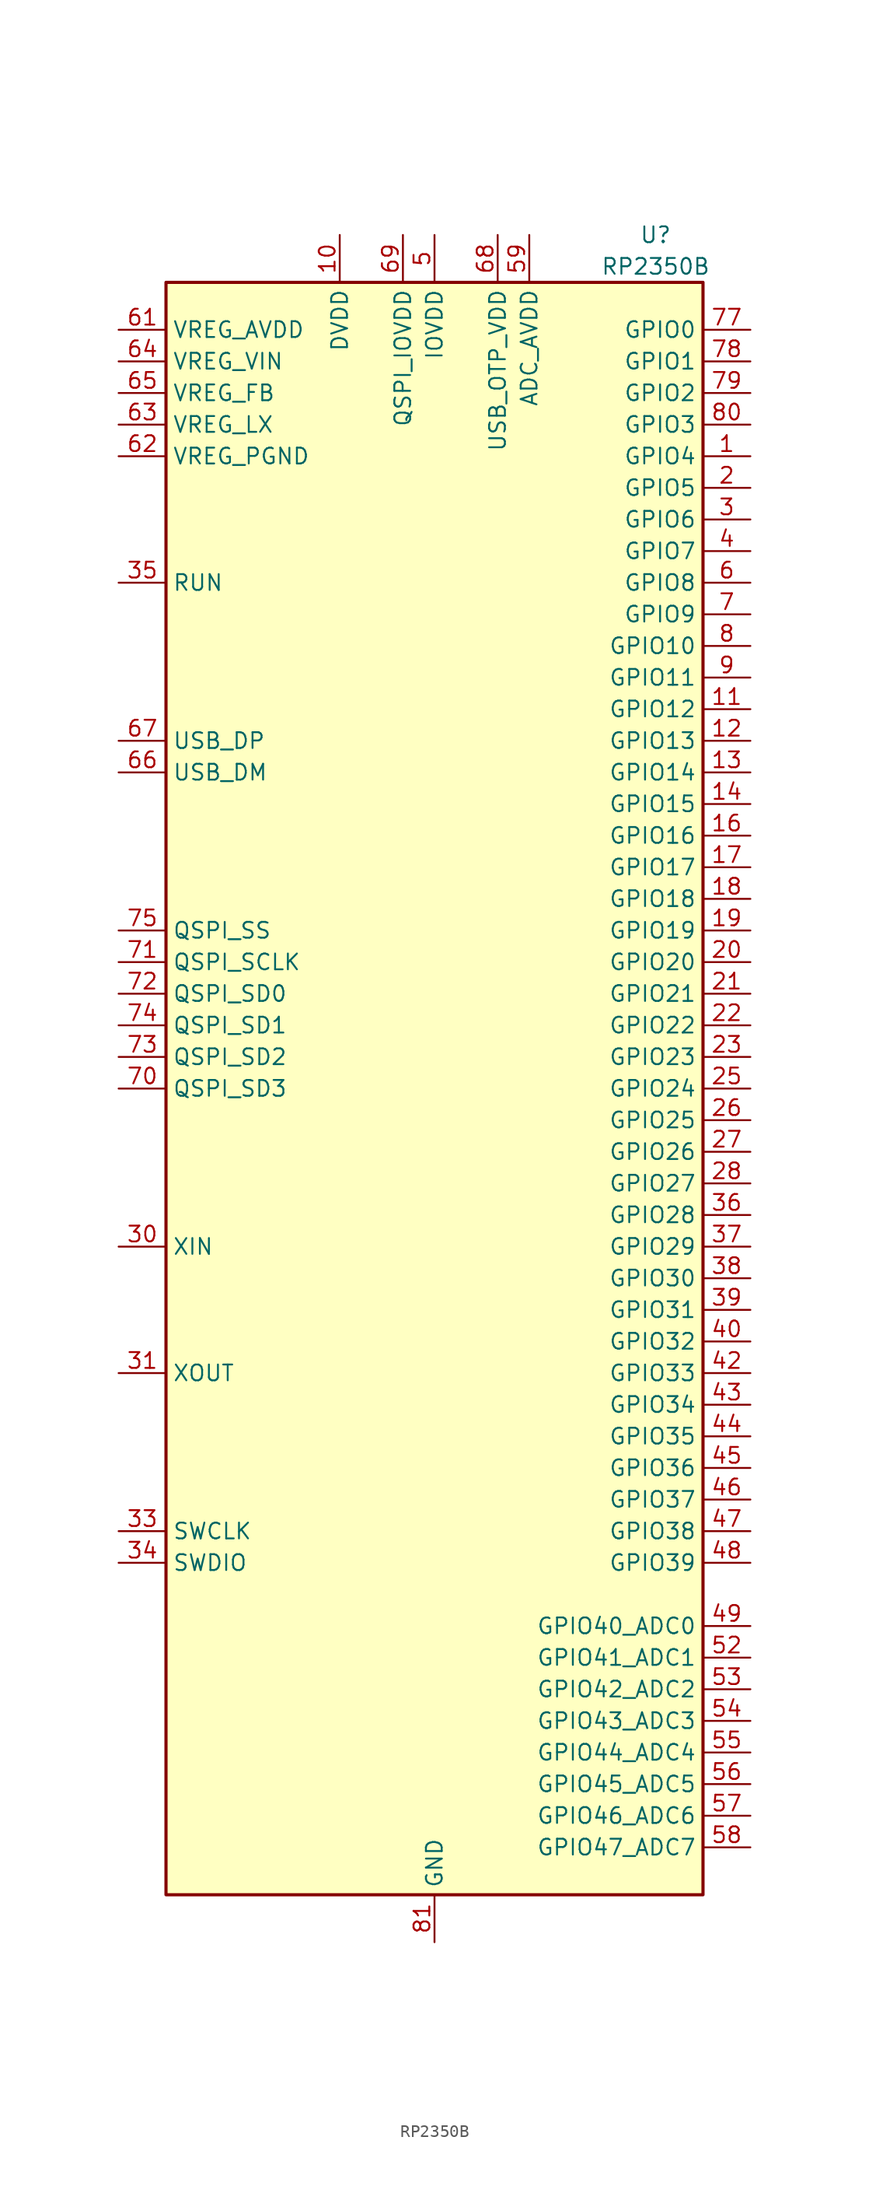
<source format=kicad_sym>
(kicad_symbol_lib
  (version 20241209)
  (generator "kicad_symbol_editor")
  (generator_version "9.0")
  (symbol "RP2350B"
    (property "Reference" "U"
      (at 17.78 68.58 0)
      (effects (font (size 1.27 1.27))))
    (property "Value" "RP2350B"
      (at 17.78 66.04 0)
      (effects (font (size 1.27 1.27))))
    (symbol "RP2350B_0_1"
      (rectangle (start -21.59 64.77) (end 21.59 -64.77) (stroke (width 0.254) (type default)) (fill (type background))))
    (symbol "RP2350B_1_0"
      (pin power_in line (at -25.4 60.96 0) (length 3.81) (name "VREG_AVDD" (effects (font (size 1.27 1.27)))) (number "61" (effects (font (size 1.27 1.27)))))
      (pin power_in line (at -25.4 50.8 0) (length 3.81) (name "VREG_PGND" (effects (font (size 1.27 1.27)))) (number "62" (effects (font (size 1.27 1.27)))))
      (pin power_in line (at -7.62 68.58 270) (length 3.81) (name "DVDD" (effects (font (size 1.27 1.27)))) (number "10" (effects (font (size 1.27 1.27)))))
      (pin passive line (at -7.62 68.58 270) (length 3.81) (hide yes) (name "DVDD" (effects (font (size 1.27 1.27)))) (number "51" (effects (font (size 1.27 1.27)))))
      (pin power_in line (at -2.54 68.58 270) (length 3.81) (name "QSPI_IOVDD" (effects (font (size 1.27 1.27)))) (number "69" (effects (font (size 1.27 1.27)))))
      (pin passive line (at 0 68.58 270) (length 3.81) (hide yes) (name "IOVDD" (effects (font (size 1.27 1.27)))) (number "50" (effects (font (size 1.27 1.27)))))
      (pin passive line (at 0 68.58 270) (length 3.81) (hide yes) (name "IOVDD" (effects (font (size 1.27 1.27)))) (number "60" (effects (font (size 1.27 1.27)))))
      (pin passive line (at 0 68.58 270) (length 3.81) (hide yes) (name "IOVDD" (effects (font (size 1.27 1.27)))) (number "76" (effects (font (size 1.27 1.27)))))
      (pin power_in line (at 5.08 68.58 270) (length 3.81) (name "USB_OTP_VDD" (effects (font (size 1.27 1.27)))) (number "68" (effects (font (size 1.27 1.27)))))
      (pin bidirectional line (at 25.4 -15.24 180) (length 3.81) (name "GPIO30" (effects (font (size 1.27 1.27)))) (number "38" (effects (font (size 1.27 1.27)))))
      (pin bidirectional line (at 25.4 -17.78 180) (length 3.81) (name "GPIO31" (effects (font (size 1.27 1.27)))) (number "39" (effects (font (size 1.27 1.27)))))
      (pin bidirectional line (at 25.4 -20.32 180) (length 3.81) (name "GPIO32" (effects (font (size 1.27 1.27)))) (number "40" (effects (font (size 1.27 1.27)))))
      (pin bidirectional line (at 25.4 -22.86 180) (length 3.81) (name "GPIO33" (effects (font (size 1.27 1.27)))) (number "42" (effects (font (size 1.27 1.27)))))
      (pin bidirectional line (at 25.4 -25.4 180) (length 3.81) (name "GPIO34" (effects (font (size 1.27 1.27)))) (number "43" (effects (font (size 1.27 1.27)))))
      (pin bidirectional line (at 25.4 -27.94 180) (length 3.81) (name "GPIO35" (effects (font (size 1.27 1.27)))) (number "44" (effects (font (size 1.27 1.27)))))
      (pin bidirectional line (at 25.4 -30.48 180) (length 3.81) (name "GPIO36" (effects (font (size 1.27 1.27)))) (number "45" (effects (font (size 1.27 1.27)))))
      (pin bidirectional line (at 25.4 -33.02 180) (length 3.81) (name "GPIO37" (effects (font (size 1.27 1.27)))) (number "46" (effects (font (size 1.27 1.27)))))
      (pin bidirectional line (at 25.4 -35.56 180) (length 3.81) (name "GPIO38" (effects (font (size 1.27 1.27)))) (number "47" (effects (font (size 1.27 1.27)))))
      (pin bidirectional line (at 25.4 -38.1 180) (length 3.81) (name "GPIO39" (effects (font (size 1.27 1.27)))) (number "48" (effects (font (size 1.27 1.27)))))
      (pin bidirectional line (at 25.4 -43.18 180) (length 3.81) (name "GPIO40_ADC0" (effects (font (size 1.27 1.27)))) (number "49" (effects (font (size 1.27 1.27)))))
      (pin bidirectional line (at 25.4 -45.72 180) (length 3.81) (name "GPIO41_ADC1" (effects (font (size 1.27 1.27)))) (number "52" (effects (font (size 1.27 1.27)))))
      (pin bidirectional line (at 25.4 -48.26 180) (length 3.81) (name "GPIO42_ADC2" (effects (font (size 1.27 1.27)))) (number "53" (effects (font (size 1.27 1.27)))))
      (pin bidirectional line (at 25.4 -50.8 180) (length 3.81) (name "GPIO43_ADC3" (effects (font (size 1.27 1.27)))) (number "54" (effects (font (size 1.27 1.27)))))
      (pin bidirectional line (at 25.4 -53.34 180) (length 3.81) (name "GPIO44_ADC4" (effects (font (size 1.27 1.27)))) (number "55" (effects (font (size 1.27 1.27)))))
      (pin bidirectional line (at 25.4 -55.88 180) (length 3.81) (name "GPIO45_ADC5" (effects (font (size 1.27 1.27)))) (number "56" (effects (font (size 1.27 1.27)))))
      (pin bidirectional line (at 25.4 -58.42 180) (length 3.81) (name "GPIO46_ADC6" (effects (font (size 1.27 1.27)))) (number "57" (effects (font (size 1.27 1.27)))))
      (pin bidirectional line (at 25.4 -60.96 180) (length 3.81) (name "GPIO47_ADC7" (effects (font (size 1.27 1.27)))) (number "58" (effects (font (size 1.27 1.27))))))
    (symbol "RP2350B_1_1"
      (pin power_in line (at -25.4 58.42 0) (length 3.81) (name "VREG_VIN" (effects (font (size 1.27 1.27)))) (number "64" (effects (font (size 1.27 1.27)))))
      (pin passive line (at -25.4 55.88 0) (length 3.81) (name "VREG_FB" (effects (font (size 1.27 1.27)))) (number "65" (effects (font (size 1.27 1.27)))))
      (pin power_out line (at -25.4 53.34 0) (length 3.81) (name "VREG_LX" (effects (font (size 1.27 1.27)))) (number "63" (effects (font (size 1.27 1.27)))))
      (pin input line (at -25.4 40.64 0) (length 3.81) (name "RUN" (effects (font (size 1.27 1.27)))) (number "35" (effects (font (size 1.27 1.27)))))
      (pin bidirectional line (at -25.4 27.94 0) (length 3.81) (name "USB_DP" (effects (font (size 1.27 1.27)))) (number "67" (effects (font (size 1.27 1.27)))))
      (pin bidirectional line (at -25.4 25.4 0) (length 3.81) (name "USB_DM" (effects (font (size 1.27 1.27)))) (number "66" (effects (font (size 1.27 1.27)))))
      (pin bidirectional line (at -25.4 12.7 0) (length 3.81) (name "QSPI_SS" (effects (font (size 1.27 1.27)))) (number "75" (effects (font (size 1.27 1.27)))))
      (pin output line (at -25.4 10.16 0) (length 3.81) (name "QSPI_SCLK" (effects (font (size 1.27 1.27)))) (number "71" (effects (font (size 1.27 1.27)))))
      (pin bidirectional line (at -25.4 7.62 0) (length 3.81) (name "QSPI_SD0" (effects (font (size 1.27 1.27)))) (number "72" (effects (font (size 1.27 1.27)))))
      (pin bidirectional line (at -25.4 5.08 0) (length 3.81) (name "QSPI_SD1" (effects (font (size 1.27 1.27)))) (number "74" (effects (font (size 1.27 1.27)))))
      (pin bidirectional line (at -25.4 2.54 0) (length 3.81) (name "QSPI_SD2" (effects (font (size 1.27 1.27)))) (number "73" (effects (font (size 1.27 1.27)))))
      (pin bidirectional line (at -25.4 0 0) (length 3.81) (name "QSPI_SD3" (effects (font (size 1.27 1.27)))) (number "70" (effects (font (size 1.27 1.27)))))
      (pin input line (at -25.4 -12.7 0) (length 3.81) (name "XIN" (effects (font (size 1.27 1.27)))) (number "30" (effects (font (size 1.27 1.27)))))
      (pin passive line (at -25.4 -22.86 0) (length 3.81) (name "XOUT" (effects (font (size 1.27 1.27)))) (number "31" (effects (font (size 1.27 1.27)))))
      (pin input line (at -25.4 -35.56 0) (length 3.81) (name "SWCLK" (effects (font (size 1.27 1.27)))) (number "33" (effects (font (size 1.27 1.27)))))
      (pin bidirectional line (at -25.4 -38.1 0) (length 3.81) (name "SWDIO" (effects (font (size 1.27 1.27)))) (number "34" (effects (font (size 1.27 1.27)))))
      (pin passive line (at -7.62 68.58 270) (length 3.81) (hide yes) (name "DVDD" (effects (font (size 1.27 1.27)))) (number "32" (effects (font (size 1.27 1.27)))))
      (pin passive line (at 0 68.58 270) (length 3.81) (hide yes) (name "IOVDD" (effects (font (size 1.27 1.27)))) (number "15" (effects (font (size 1.27 1.27)))))
      (pin passive line (at 0 68.58 270) (length 3.81) (hide yes) (name "IOVDD" (effects (font (size 1.27 1.27)))) (number "24" (effects (font (size 1.27 1.27)))))
      (pin passive line (at 0 68.58 270) (length 3.81) (hide yes) (name "IOVDD" (effects (font (size 1.27 1.27)))) (number "29" (effects (font (size 1.27 1.27)))))
      (pin passive line (at 0 68.58 270) (length 3.81) (hide yes) (name "IOVDD" (effects (font (size 1.27 1.27)))) (number "41" (effects (font (size 1.27 1.27)))))
      (pin power_in line (at 0 68.58 270) (length 3.81) (name "IOVDD" (effects (font (size 1.27 1.27)))) (number "5" (effects (font (size 1.27 1.27)))))
      (pin power_in line (at 0 -68.58 90) (length 3.81) (name "GND" (effects (font (size 1.27 1.27)))) (number "81" (effects (font (size 1.27 1.27)))))
      (pin power_in line (at 7.62 68.58 270) (length 3.81) (name "ADC_AVDD" (effects (font (size 1.27 1.27)))) (number "59" (effects (font (size 1.27 1.27)))))
      (pin bidirectional line (at 25.4 60.96 180) (length 3.81) (name "GPIO0" (effects (font (size 1.27 1.27)))) (number "77" (effects (font (size 1.27 1.27)))))
      (pin bidirectional line (at 25.4 58.42 180) (length 3.81) (name "GPIO1" (effects (font (size 1.27 1.27)))) (number "78" (effects (font (size 1.27 1.27)))))
      (pin bidirectional line (at 25.4 55.88 180) (length 3.81) (name "GPIO2" (effects (font (size 1.27 1.27)))) (number "79" (effects (font (size 1.27 1.27)))))
      (pin bidirectional line (at 25.4 53.34 180) (length 3.81) (name "GPIO3" (effects (font (size 1.27 1.27)))) (number "80" (effects (font (size 1.27 1.27)))))
      (pin bidirectional line (at 25.4 50.8 180) (length 3.81) (name "GPIO4" (effects (font (size 1.27 1.27)))) (number "1" (effects (font (size 1.27 1.27)))))
      (pin bidirectional line (at 25.4 48.26 180) (length 3.81) (name "GPIO5" (effects (font (size 1.27 1.27)))) (number "2" (effects (font (size 1.27 1.27)))))
      (pin bidirectional line (at 25.4 45.72 180) (length 3.81) (name "GPIO6" (effects (font (size 1.27 1.27)))) (number "3" (effects (font (size 1.27 1.27)))))
      (pin bidirectional line (at 25.4 43.18 180) (length 3.81) (name "GPIO7" (effects (font (size 1.27 1.27)))) (number "4" (effects (font (size 1.27 1.27)))))
      (pin bidirectional line (at 25.4 40.64 180) (length 3.81) (name "GPIO8" (effects (font (size 1.27 1.27)))) (number "6" (effects (font (size 1.27 1.27)))))
      (pin bidirectional line (at 25.4 38.1 180) (length 3.81) (name "GPIO9" (effects (font (size 1.27 1.27)))) (number "7" (effects (font (size 1.27 1.27)))))
      (pin bidirectional line (at 25.4 35.56 180) (length 3.81) (name "GPIO10" (effects (font (size 1.27 1.27)))) (number "8" (effects (font (size 1.27 1.27)))))
      (pin bidirectional line (at 25.4 33.02 180) (length 3.81) (name "GPIO11" (effects (font (size 1.27 1.27)))) (number "9" (effects (font (size 1.27 1.27)))))
      (pin bidirectional line (at 25.4 30.48 180) (length 3.81) (name "GPIO12" (effects (font (size 1.27 1.27)))) (number "11" (effects (font (size 1.27 1.27)))))
      (pin bidirectional line (at 25.4 27.94 180) (length 3.81) (name "GPIO13" (effects (font (size 1.27 1.27)))) (number "12" (effects (font (size 1.27 1.27)))))
      (pin bidirectional line (at 25.4 25.4 180) (length 3.81) (name "GPIO14" (effects (font (size 1.27 1.27)))) (number "13" (effects (font (size 1.27 1.27)))))
      (pin bidirectional line (at 25.4 22.86 180) (length 3.81) (name "GPIO15" (effects (font (size 1.27 1.27)))) (number "14" (effects (font (size 1.27 1.27)))))
      (pin bidirectional line (at 25.4 20.32 180) (length 3.81) (name "GPIO16" (effects (font (size 1.27 1.27)))) (number "16" (effects (font (size 1.27 1.27)))))
      (pin bidirectional line (at 25.4 17.78 180) (length 3.81) (name "GPIO17" (effects (font (size 1.27 1.27)))) (number "17" (effects (font (size 1.27 1.27)))))
      (pin bidirectional line (at 25.4 15.24 180) (length 3.81) (name "GPIO18" (effects (font (size 1.27 1.27)))) (number "18" (effects (font (size 1.27 1.27)))))
      (pin bidirectional line (at 25.4 12.7 180) (length 3.81) (name "GPIO19" (effects (font (size 1.27 1.27)))) (number "19" (effects (font (size 1.27 1.27)))))
      (pin bidirectional line (at 25.4 10.16 180) (length 3.81) (name "GPIO20" (effects (font (size 1.27 1.27)))) (number "20" (effects (font (size 1.27 1.27)))))
      (pin bidirectional line (at 25.4 7.62 180) (length 3.81) (name "GPIO21" (effects (font (size 1.27 1.27)))) (number "21" (effects (font (size 1.27 1.27)))))
      (pin bidirectional line (at 25.4 5.08 180) (length 3.81) (name "GPIO22" (effects (font (size 1.27 1.27)))) (number "22" (effects (font (size 1.27 1.27)))))
      (pin bidirectional line (at 25.4 2.54 180) (length 3.81) (name "GPIO23" (effects (font (size 1.27 1.27)))) (number "23" (effects (font (size 1.27 1.27)))))
      (pin bidirectional line (at 25.4 0 180) (length 3.81) (name "GPIO24" (effects (font (size 1.27 1.27)))) (number "25" (effects (font (size 1.27 1.27)))))
      (pin bidirectional line (at 25.4 -2.54 180) (length 3.81) (name "GPIO25" (effects (font (size 1.27 1.27)))) (number "26" (effects (font (size 1.27 1.27)))))
      (pin bidirectional line (at 25.4 -5.08 180) (length 3.81) (name "GPIO26" (effects (font (size 1.27 1.27)))) (number "27" (effects (font (size 1.27 1.27)))))
      (pin bidirectional line (at 25.4 -7.62 180) (length 3.81) (name "GPIO27" (effects (font (size 1.27 1.27)))) (number "28" (effects (font (size 1.27 1.27)))))
      (pin bidirectional line (at 25.4 -10.16 180) (length 3.81) (name "GPIO28" (effects (font (size 1.27 1.27)))) (number "36" (effects (font (size 1.27 1.27)))))
      (pin bidirectional line (at 25.4 -12.7 180) (length 3.81) (name "GPIO29" (effects (font (size 1.27 1.27)))) (number "37" (effects (font (size 1.27 1.27))))))))
</source>
